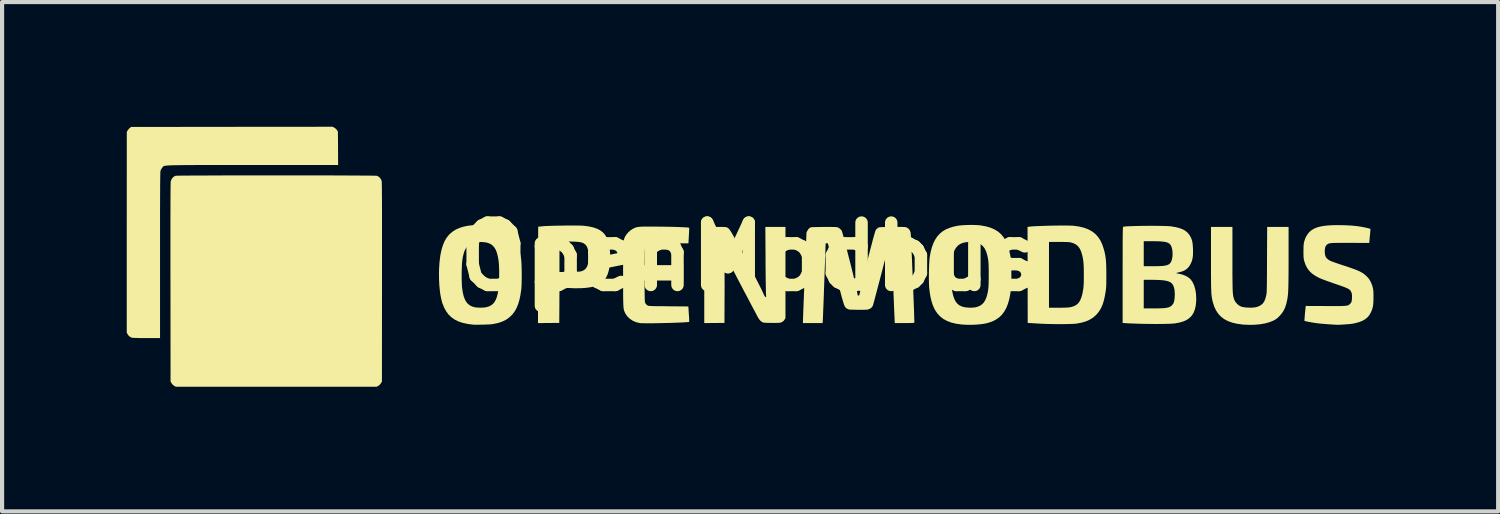
<source format=kicad_pcb>
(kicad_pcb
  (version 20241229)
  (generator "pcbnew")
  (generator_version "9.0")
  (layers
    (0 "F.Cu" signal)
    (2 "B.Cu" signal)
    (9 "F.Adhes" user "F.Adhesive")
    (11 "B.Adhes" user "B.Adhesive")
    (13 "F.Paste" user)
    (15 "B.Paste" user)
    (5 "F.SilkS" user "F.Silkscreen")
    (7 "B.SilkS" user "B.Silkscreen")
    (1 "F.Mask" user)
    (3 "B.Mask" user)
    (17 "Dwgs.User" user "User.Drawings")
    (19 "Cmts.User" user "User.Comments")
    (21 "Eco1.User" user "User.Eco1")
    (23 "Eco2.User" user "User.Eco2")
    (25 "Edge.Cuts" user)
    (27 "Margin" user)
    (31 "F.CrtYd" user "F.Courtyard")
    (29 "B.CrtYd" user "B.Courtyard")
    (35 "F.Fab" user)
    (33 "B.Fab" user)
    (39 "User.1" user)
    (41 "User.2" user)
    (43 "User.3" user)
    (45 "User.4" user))
  (footprint "OpenModbus"
    (layer "F.Cu")
    (at 15.002 3.128)
    (property "Reference" "OpenModbus" (at 0 0 0) (layer "F.SilkS") (effects (font (size 1.5 1.5) (thickness 0.3))))
    (attr board_only exclude_from_pos_files exclude_from_bom)
    (fp_poly (pts (xy -10.011 -3.108) (xy -9.978 -3.086) (xy -9.949 -3.055) (xy -9.947 -3.052) (xy -9.921 -3.014) (xy -9.918 -2.611) (xy -9.916 -2.207) (xy -11.975 -2.207) (xy -12.201 -2.207) (xy -12.41 -2.207) (xy -12.604 -2.207) (xy -12.782 -2.207) (xy -12.945 -2.207) (xy -13.095 -2.207) (xy -13.231 -2.207) (xy -13.354 -2.207) (xy -13.465 -2.206) (xy -13.565 -2.206) (xy -13.654 -2.205) (xy -13.733 -2.204) (xy -13.803 -2.203) (xy -13.863 -2.202) (xy -13.915 -2.201) (xy -13.96 -2.199) (xy -13.998 -2.197) (xy -14.03 -2.195) (xy -14.056 -2.192) (xy -14.076 -2.19) (xy -14.093 -2.186) (xy -14.106 -2.183) (xy -14.116 -2.179) (xy -14.123 -2.174) (xy -14.128 -2.17) (xy -14.133 -2.164) (xy -14.137 -2.159) (xy -14.141 -2.152) (xy -14.145 -2.146) (xy -14.149 -2.141) (xy -14.179 -2.098) (xy -14.192 -2.06) (xy -14.193 -2.048) (xy -14.194 -2.022) (xy -14.195 -1.982) (xy -14.196 -1.928) (xy -14.197 -1.859) (xy -14.198 -1.776) (xy -14.199 -1.678) (xy -14.199 -1.565) (xy -14.2 -1.437) (xy -14.2 -1.293) (xy -14.201 -1.134) (xy -14.201 -0.958) (xy -14.201 -0.766) (xy -14.201 -0.558) (xy -14.201 -0.333) (xy -14.201 -0.091) (xy -14.201 -0.03) (xy -14.201 1.957) (xy -14.531 1.957) (xy -14.622 1.956) (xy -14.701 1.956) (xy -14.768 1.954) (xy -14.821 1.953) (xy -14.859 1.95) (xy -14.881 1.948) (xy -14.886 1.947) (xy -14.932 1.922) (xy -14.969 1.885) (xy -14.984 1.86) (xy -15.002 1.823) (xy -15.002 -0.59) (xy -15.001 -3.003) (xy -14.982 -3.037) (xy -14.963 -3.063) (xy -14.938 -3.09) (xy -14.93 -3.097) (xy -14.897 -3.123) (xy -12.473 -3.126) (xy -10.049 -3.128)) (stroke (width 0) (type solid)) (fill yes) (layer "F.SilkS"))
    (fp_poly (pts (xy -4.172 -0.751) (xy -4.106 -0.75) (xy -4.051 -0.748) (xy -4.011 -0.746) (xy -4.001 -0.745) (xy -3.881 -0.729) (xy -3.776 -0.706) (xy -3.686 -0.675) (xy -3.608 -0.634) (xy -3.543 -0.584) (xy -3.49 -0.523) (xy -3.447 -0.45) (xy -3.415 -0.365) (xy -3.392 -0.267) (xy -3.377 -0.154) (xy -3.371 -0.065) (xy -3.371 0.076) (xy -3.38 0.202) (xy -3.399 0.315) (xy -3.427 0.413) (xy -3.466 0.498) (xy -3.515 0.569) (xy -3.573 0.625) (xy -3.598 0.643) (xy -3.649 0.673) (xy -3.7 0.696) (xy -3.756 0.715) (xy -3.823 0.73) (xy -3.854 0.735) (xy -3.964 0.75) (xy -4.086 0.757) (xy -4.221 0.758) (xy -4.369 0.752) (xy -4.528 0.739) (xy -4.59 0.733) (xy -4.592 1.163) (xy -4.595 1.592) (xy -4.851 1.594) (xy -5.107 1.596) (xy -5.105 0.437) (xy -5.104 0.001) (xy -4.59 0.001) (xy -4.59 0.367) (xy -4.343 0.364) (xy -4.268 0.363) (xy -4.208 0.361) (xy -4.16 0.36) (xy -4.124 0.358) (xy -4.096 0.355) (xy -4.074 0.352) (xy -4.057 0.347) (xy -4.05 0.345) (xy -3.998 0.321) (xy -3.957 0.284) (xy -3.925 0.235) (xy -3.903 0.173) (xy -3.89 0.098) (xy -3.886 0.008) (xy -3.888 -0.043) (xy -3.895 -0.125) (xy -3.91 -0.192) (xy -3.931 -0.246) (xy -3.96 -0.287) (xy -3.998 -0.317) (xy -4.017 -0.328) (xy -4.045 -0.339) (xy -4.076 -0.348) (xy -4.111 -0.354) (xy -4.153 -0.359) (xy -4.205 -0.363) (xy -4.269 -0.365) (xy -4.347 -0.366) (xy -4.382 -0.366) (xy -4.59 -0.366) (xy -4.59 0.001) (xy -5.104 0.001) (xy -5.102 -0.723) (xy -4.999 -0.733) (xy -4.959 -0.737) (xy -4.905 -0.74) (xy -4.839 -0.742) (xy -4.764 -0.745) (xy -4.682 -0.747) (xy -4.595 -0.748) (xy -4.506 -0.75) (xy -4.416 -0.751) (xy -4.329 -0.751) (xy -4.247 -0.751)) (stroke (width 0) (type solid)) (fill yes) (layer "F.SilkS"))
    (fp_poly (pts (xy -11.269 -1.958) (xy -11.092 -1.958) (xy -10.917 -1.958) (xy -10.744 -1.958) (xy -10.574 -1.957) (xy -10.408 -1.957) (xy -10.247 -1.957) (xy -10.091 -1.957) (xy -9.943 -1.956) (xy -9.802 -1.956) (xy -9.669 -1.955) (xy -9.545 -1.955) (xy -9.431 -1.954) (xy -9.328 -1.953) (xy -9.237 -1.953) (xy -9.158 -1.952) (xy -9.093 -1.951) (xy -9.042 -1.95) (xy -9.006 -1.949) (xy -8.987 -1.948) (xy -8.983 -1.948) (xy -8.944 -1.929) (xy -8.909 -1.898) (xy -8.882 -1.858) (xy -8.867 -1.818) (xy -8.866 -1.807) (xy -8.865 -1.785) (xy -8.865 -1.751) (xy -8.864 -1.705) (xy -8.863 -1.647) (xy -8.862 -1.576) (xy -8.862 -1.492) (xy -8.861 -1.394) (xy -8.861 -1.283) (xy -8.86 -1.158) (xy -8.86 -1.019) (xy -8.86 -0.864) (xy -8.86 -0.695) (xy -8.86 -0.511) (xy -8.86 -0.311) (xy -8.86 -0.095) (xy -8.86 0.137) (xy -8.86 0.386) (xy -8.86 0.616) (xy -8.862 3.004) (xy -8.888 3.046) (xy -8.922 3.087) (xy -8.952 3.108) (xy -8.99 3.128) (xy -11.405 3.128) (xy -13.82 3.128) (xy -13.858 3.108) (xy -13.898 3.077) (xy -13.922 3.046) (xy -13.948 3.004) (xy -13.95 0.616) (xy -13.951 0.358) (xy -13.951 0.117) (xy -13.951 -0.108) (xy -13.951 -0.317) (xy -13.951 -0.51) (xy -13.951 -0.688) (xy -13.951 -0.852) (xy -13.951 -1.001) (xy -13.95 -1.136) (xy -13.95 -1.257) (xy -13.95 -1.366) (xy -13.949 -1.461) (xy -13.949 -1.545) (xy -13.948 -1.616) (xy -13.947 -1.676) (xy -13.947 -1.725) (xy -13.946 -1.764) (xy -13.945 -1.792) (xy -13.944 -1.81) (xy -13.943 -1.818) (xy -13.926 -1.862) (xy -13.898 -1.901) (xy -13.863 -1.932) (xy -13.827 -1.948) (xy -13.815 -1.949) (xy -13.787 -1.95) (xy -13.743 -1.951) (xy -13.684 -1.952) (xy -13.612 -1.952) (xy -13.526 -1.953) (xy -13.429 -1.954) (xy -13.32 -1.954) (xy -13.201 -1.955) (xy -13.072 -1.955) (xy -12.935 -1.956) (xy -12.79 -1.956) (xy -12.637 -1.957) (xy -12.479 -1.957) (xy -12.315 -1.957) (xy -12.147 -1.958) (xy -11.975 -1.958) (xy -11.801 -1.958) (xy -11.624 -1.958) (xy -11.447 -1.958)) (stroke (width 0) (type solid)) (fill yes) (layer "F.SilkS"))
    (fp_poly (pts (xy 11.603 0.049) (xy 11.603 0.191) (xy 11.603 0.317) (xy 11.603 0.428) (xy 11.604 0.525) (xy 11.605 0.61) (xy 11.606 0.682) (xy 11.607 0.745) (xy 11.609 0.798) (xy 11.611 0.843) (xy 11.614 0.881) (xy 11.617 0.913) (xy 11.621 0.94) (xy 11.626 0.964) (xy 11.631 0.985) (xy 11.637 1.005) (xy 11.644 1.024) (xy 11.647 1.033) (xy 11.668 1.076) (xy 11.7 1.117) (xy 11.714 1.132) (xy 11.749 1.163) (xy 11.785 1.186) (xy 11.825 1.203) (xy 11.873 1.214) (xy 11.933 1.221) (xy 11.986 1.224) (xy 12.058 1.225) (xy 12.117 1.222) (xy 12.167 1.214) (xy 12.212 1.201) (xy 12.254 1.183) (xy 12.3 1.155) (xy 12.338 1.12) (xy 12.368 1.075) (xy 12.392 1.018) (xy 12.412 0.947) (xy 12.414 0.938) (xy 12.417 0.924) (xy 12.42 0.91) (xy 12.422 0.895) (xy 12.424 0.877) (xy 12.426 0.856) (xy 12.428 0.83) (xy 12.429 0.798) (xy 12.43 0.759) (xy 12.431 0.712) (xy 12.432 0.656) (xy 12.433 0.589) (xy 12.433 0.511) (xy 12.434 0.419) (xy 12.434 0.314) (xy 12.435 0.194) (xy 12.435 0.071) (xy 12.439 -0.718) (xy 12.696 -0.718) (xy 12.954 -0.718) (xy 12.954 0.012) (xy 12.954 0.157) (xy 12.954 0.286) (xy 12.953 0.401) (xy 12.952 0.501) (xy 12.951 0.59) (xy 12.95 0.667) (xy 12.948 0.734) (xy 12.946 0.793) (xy 12.944 0.844) (xy 12.941 0.888) (xy 12.937 0.927) (xy 12.933 0.963) (xy 12.928 0.995) (xy 12.923 1.026) (xy 12.919 1.047) (xy 12.896 1.143) (xy 12.869 1.225) (xy 12.835 1.296) (xy 12.793 1.36) (xy 12.742 1.42) (xy 12.729 1.434) (xy 12.691 1.47) (xy 12.657 1.497) (xy 12.62 1.52) (xy 12.583 1.539) (xy 12.494 1.575) (xy 12.392 1.603) (xy 12.279 1.623) (xy 12.158 1.635) (xy 12.029 1.639) (xy 11.896 1.634) (xy 11.842 1.63) (xy 11.712 1.612) (xy 11.597 1.585) (xy 11.495 1.548) (xy 11.406 1.501) (xy 11.329 1.443) (xy 11.264 1.374) (xy 11.21 1.294) (xy 11.166 1.2) (xy 11.132 1.095) (xy 11.126 1.07) (xy 11.119 1.042) (xy 11.114 1.015) (xy 11.109 0.987) (xy 11.104 0.959) (xy 11.101 0.927) (xy 11.097 0.892) (xy 11.095 0.851) (xy 11.093 0.805) (xy 11.091 0.75) (xy 11.089 0.687) (xy 11.088 0.615) (xy 11.088 0.531) (xy 11.087 0.435) (xy 11.087 0.325) (xy 11.087 0.201) (xy 11.087 0.06) (xy 11.087 0.048) (xy 11.087 -0.718) (xy 11.345 -0.718) (xy 11.603 -0.718)) (stroke (width 0) (type solid)) (fill yes) (layer "F.SilkS"))
    (fp_poly (pts (xy 7.625 -0.751) (xy 7.691 -0.749) (xy 7.746 -0.748) (xy 7.786 -0.745) (xy 7.787 -0.745) (xy 7.917 -0.726) (xy 8.032 -0.698) (xy 8.134 -0.66) (xy 8.224 -0.611) (xy 8.301 -0.551) (xy 8.368 -0.479) (xy 8.424 -0.395) (xy 8.47 -0.298) (xy 8.507 -0.187) (xy 8.518 -0.147) (xy 8.532 -0.089) (xy 8.543 -0.034) (xy 8.551 0.021) (xy 8.558 0.079) (xy 8.563 0.142) (xy 8.566 0.214) (xy 8.568 0.295) (xy 8.569 0.39) (xy 8.569 0.443) (xy 8.569 0.525) (xy 8.568 0.593) (xy 8.568 0.648) (xy 8.566 0.694) (xy 8.564 0.733) (xy 8.561 0.769) (xy 8.557 0.802) (xy 8.552 0.837) (xy 8.55 0.852) (xy 8.529 0.967) (xy 8.505 1.068) (xy 8.477 1.156) (xy 8.443 1.233) (xy 8.402 1.302) (xy 8.355 1.364) (xy 8.316 1.407) (xy 8.244 1.468) (xy 8.162 1.518) (xy 8.067 1.559) (xy 7.959 1.589) (xy 7.846 1.609) (xy 7.808 1.613) (xy 7.755 1.616) (xy 7.69 1.618) (xy 7.615 1.62) (xy 7.532 1.621) (xy 7.445 1.621) (xy 7.355 1.621) (xy 7.265 1.62) (xy 7.178 1.618) (xy 7.095 1.615) (xy 7.02 1.612) (xy 7.013 1.612) (xy 6.955 1.609) (xy 6.894 1.605) (xy 6.837 1.602) (xy 6.788 1.599) (xy 6.772 1.598) (xy 6.677 1.592) (xy 6.675 0.437) (xy 6.675 0.435) (xy 7.189 0.435) (xy 7.189 1.226) (xy 7.419 1.226) (xy 7.5 1.226) (xy 7.566 1.225) (xy 7.618 1.223) (xy 7.659 1.22) (xy 7.691 1.216) (xy 7.709 1.213) (xy 7.773 1.195) (xy 7.827 1.171) (xy 7.873 1.138) (xy 7.912 1.095) (xy 7.943 1.041) (xy 7.97 0.975) (xy 7.992 0.894) (xy 8.01 0.798) (xy 8.012 0.784) (xy 8.017 0.748) (xy 8.021 0.71) (xy 8.024 0.666) (xy 8.026 0.613) (xy 8.027 0.55) (xy 8.027 0.473) (xy 8.027 0.439) (xy 8.027 0.346) (xy 8.026 0.267) (xy 8.023 0.2) (xy 8.019 0.142) (xy 8.013 0.09) (xy 8.005 0.04) (xy 7.995 -0.009) (xy 7.985 -0.052) (xy 7.959 -0.135) (xy 7.926 -0.202) (xy 7.884 -0.256) (xy 7.833 -0.298) (xy 7.771 -0.328) (xy 7.697 -0.348) (xy 7.694 -0.349) (xy 7.674 -0.351) (xy 7.639 -0.353) (xy 7.593 -0.355) (xy 7.538 -0.356) (xy 7.478 -0.357) (xy 7.42 -0.357) (xy 7.189 -0.357) (xy 7.189 0.435) (xy 6.675 0.435) (xy 6.673 -0.718) (xy 6.701 -0.722) (xy 6.737 -0.726) (xy 6.788 -0.731) (xy 6.852 -0.735) (xy 6.926 -0.738) (xy 7.009 -0.741) (xy 7.097 -0.744) (xy 7.189 -0.747) (xy 7.282 -0.749) (xy 7.375 -0.75) (xy 7.464 -0.751) (xy 7.549 -0.751)) (stroke (width 0) (type solid)) (fill yes) (layer "F.SilkS"))
    (fp_poly (pts (xy -6.371 -0.762) (xy -6.28 -0.757) (xy -6.2 -0.747) (xy -6.125 -0.734) (xy -6.052 -0.715) (xy -6.007 -0.701) (xy -5.915 -0.664) (xy -5.834 -0.617) (xy -5.763 -0.559) (xy -5.701 -0.49) (xy -5.647 -0.408) (xy -5.602 -0.314) (xy -5.565 -0.205) (xy -5.536 -0.082) (xy -5.514 0.047) (xy -5.509 0.094) (xy -5.505 0.154) (xy -5.502 0.225) (xy -5.5 0.303) (xy -5.498 0.386) (xy -5.498 0.471) (xy -5.499 0.553) (xy -5.5 0.63) (xy -5.503 0.699) (xy -5.506 0.756) (xy -5.509 0.787) (xy -5.529 0.919) (xy -5.553 1.035) (xy -5.583 1.137) (xy -5.619 1.227) (xy -5.662 1.306) (xy -5.712 1.374) (xy -5.736 1.402) (xy -5.803 1.464) (xy -5.876 1.516) (xy -5.96 1.557) (xy -6.054 1.59) (xy -6.162 1.614) (xy -6.208 1.622) (xy -6.237 1.625) (xy -6.28 1.628) (xy -6.332 1.63) (xy -6.391 1.633) (xy -6.453 1.634) (xy -6.514 1.635) (xy -6.57 1.636) (xy -6.617 1.636) (xy -6.653 1.635) (xy -6.664 1.634) (xy -6.796 1.617) (xy -6.914 1.592) (xy -7.018 1.557) (xy -7.109 1.513) (xy -7.188 1.458) (xy -7.257 1.393) (xy -7.315 1.315) (xy -7.364 1.226) (xy -7.405 1.123) (xy -7.411 1.106) (xy -7.435 1.014) (xy -7.456 0.908) (xy -7.471 0.791) (xy -7.482 0.666) (xy -7.488 0.536) (xy -7.489 0.424) (xy -6.943 0.424) (xy -6.943 0.505) (xy -6.942 0.583) (xy -6.939 0.654) (xy -6.936 0.714) (xy -6.932 0.757) (xy -6.916 0.861) (xy -6.895 0.949) (xy -6.868 1.023) (xy -6.835 1.083) (xy -6.796 1.132) (xy -6.748 1.169) (xy -6.692 1.197) (xy -6.64 1.213) (xy -6.597 1.22) (xy -6.543 1.224) (xy -6.484 1.225) (xy -6.426 1.223) (xy -6.374 1.218) (xy -6.346 1.213) (xy -6.284 1.194) (xy -6.231 1.166) (xy -6.186 1.13) (xy -6.149 1.083) (xy -6.117 1.024) (xy -6.092 0.952) (xy -6.071 0.866) (xy -6.056 0.779) (xy -6.05 0.729) (xy -6.046 0.666) (xy -6.043 0.593) (xy -6.041 0.512) (xy -6.041 0.429) (xy -6.041 0.346) (xy -6.043 0.266) (xy -6.046 0.194) (xy -6.051 0.132) (xy -6.056 0.087) (xy -6.073 -0.01) (xy -6.094 -0.091) (xy -6.119 -0.158) (xy -6.149 -0.212) (xy -6.184 -0.256) (xy -6.213 -0.282) (xy -6.256 -0.31) (xy -6.303 -0.33) (xy -6.356 -0.344) (xy -6.421 -0.352) (xy -6.462 -0.355) (xy -6.558 -0.354) (xy -6.642 -0.341) (xy -6.713 -0.318) (xy -6.772 -0.283) (xy -6.813 -0.243) (xy -6.847 -0.194) (xy -6.875 -0.138) (xy -6.897 -0.071) (xy -6.916 0.008) (xy -6.928 0.085) (xy -6.933 0.132) (xy -6.937 0.193) (xy -6.94 0.265) (xy -6.942 0.343) (xy -6.943 0.424) (xy -7.489 0.424) (xy -7.49 0.403) (xy -7.486 0.27) (xy -7.477 0.14) (xy -7.463 0.016) (xy -7.455 -0.038) (xy -7.429 -0.165) (xy -7.395 -0.277) (xy -7.354 -0.376) (xy -7.303 -0.461) (xy -7.244 -0.534) (xy -7.174 -0.596) (xy -7.095 -0.648) (xy -7.055 -0.668) (xy -6.979 -0.699) (xy -6.897 -0.724) (xy -6.808 -0.743) (xy -6.71 -0.756) (xy -6.599 -0.763) (xy -6.475 -0.764)) (stroke (width 0) (type solid)) (fill yes) (layer "F.SilkS"))
    (fp_poly (pts (xy -2.335 -0.726) (xy -2.233 -0.725) (xy -2.177 -0.724) (xy -2.059 -0.723) (xy -1.949 -0.721) (xy -1.847 -0.719) (xy -1.755 -0.716) (xy -1.674 -0.713) (xy -1.605 -0.71) (xy -1.548 -0.707) (xy -1.506 -0.704) (xy -1.479 -0.7) (xy -1.468 -0.696) (xy -1.468 -0.687) (xy -1.468 -0.664) (xy -1.47 -0.628) (xy -1.472 -0.582) (xy -1.475 -0.53) (xy -1.476 -0.508) (xy -1.487 -0.323) (xy -1.965 -0.321) (xy -2.444 -0.318) (xy -2.476 -0.298) (xy -2.494 -0.286) (xy -2.508 -0.274) (xy -2.519 -0.26) (xy -2.527 -0.241) (xy -2.532 -0.215) (xy -2.536 -0.181) (xy -2.539 -0.136) (xy -2.54 -0.077) (xy -2.541 -0.011) (xy -2.544 0.202) (xy -2.078 0.202) (xy -1.613 0.202) (xy -1.613 0.387) (xy -1.613 0.572) (xy -2.078 0.572) (xy -2.544 0.572) (xy -2.541 0.832) (xy -2.54 0.907) (xy -2.539 0.966) (xy -2.538 1.012) (xy -2.537 1.046) (xy -2.535 1.072) (xy -2.532 1.091) (xy -2.529 1.104) (xy -2.525 1.114) (xy -2.521 1.123) (xy -2.501 1.148) (xy -2.476 1.168) (xy -2.473 1.17) (xy -2.466 1.174) (xy -2.459 1.177) (xy -2.448 1.18) (xy -2.434 1.182) (xy -2.414 1.184) (xy -2.388 1.185) (xy -2.354 1.187) (xy -2.31 1.188) (xy -2.256 1.189) (xy -2.189 1.19) (xy -2.108 1.19) (xy -2.012 1.191) (xy -1.966 1.192) (xy -1.489 1.196) (xy -1.477 1.379) (xy -1.473 1.433) (xy -1.47 1.481) (xy -1.469 1.521) (xy -1.468 1.549) (xy -1.468 1.564) (xy -1.468 1.566) (xy -1.48 1.569) (xy -1.507 1.572) (xy -1.547 1.575) (xy -1.6 1.579) (xy -1.663 1.582) (xy -1.735 1.585) (xy -1.813 1.588) (xy -1.897 1.591) (xy -1.984 1.593) (xy -2.072 1.595) (xy -2.161 1.597) (xy -2.247 1.599) (xy -2.331 1.6) (xy -2.408 1.601) (xy -2.479 1.601) (xy -2.542 1.6) (xy -2.593 1.599) (xy -2.633 1.598) (xy -2.659 1.596) (xy -2.659 1.595) (xy -2.744 1.575) (xy -2.823 1.541) (xy -2.894 1.495) (xy -2.953 1.439) (xy -3.001 1.373) (xy -3.017 1.34) (xy -3.024 1.324) (xy -3.03 1.309) (xy -3.036 1.293) (xy -3.04 1.276) (xy -3.044 1.255) (xy -3.048 1.23) (xy -3.05 1.2) (xy -3.053 1.164) (xy -3.054 1.12) (xy -3.056 1.068) (xy -3.057 1.005) (xy -3.058 0.932) (xy -3.058 0.847) (xy -3.058 0.748) (xy -3.058 0.636) (xy -3.059 0.507) (xy -3.059 0.435) (xy -3.059 0.297) (xy -3.058 0.176) (xy -3.058 0.07) (xy -3.058 -0.022) (xy -3.057 -0.102) (xy -3.056 -0.17) (xy -3.055 -0.228) (xy -3.053 -0.277) (xy -3.051 -0.317) (xy -3.048 -0.351) (xy -3.045 -0.379) (xy -3.041 -0.402) (xy -3.036 -0.421) (xy -3.031 -0.439) (xy -3.025 -0.455) (xy -3.017 -0.47) (xy -3.011 -0.485) (xy -2.979 -0.536) (xy -2.935 -0.587) (xy -2.885 -0.632) (xy -2.832 -0.667) (xy -2.828 -0.67) (xy -2.804 -0.682) (xy -2.783 -0.692) (xy -2.762 -0.701) (xy -2.739 -0.708) (xy -2.714 -0.714) (xy -2.685 -0.718) (xy -2.65 -0.722) (xy -2.608 -0.724) (xy -2.556 -0.726) (xy -2.495 -0.726) (xy -2.422 -0.726)) (stroke (width 0) (type solid)) (fill yes) (layer "F.SilkS"))
    (fp_poly (pts (xy 5.359 -0.765) (xy 5.436 -0.763) (xy 5.504 -0.759) (xy 5.545 -0.754) (xy 5.668 -0.732) (xy 5.777 -0.701) (xy 5.873 -0.66) (xy 5.958 -0.609) (xy 6.031 -0.547) (xy 6.094 -0.473) (xy 6.147 -0.386) (xy 6.192 -0.287) (xy 6.227 -0.173) (xy 6.255 -0.044) (xy 6.265 0.013) (xy 6.27 0.056) (xy 6.274 0.113) (xy 6.278 0.181) (xy 6.281 0.257) (xy 6.283 0.338) (xy 6.284 0.42) (xy 6.284 0.502) (xy 6.284 0.579) (xy 6.282 0.648) (xy 6.279 0.707) (xy 6.277 0.738) (xy 6.26 0.884) (xy 6.235 1.014) (xy 6.202 1.13) (xy 6.162 1.232) (xy 6.112 1.321) (xy 6.054 1.398) (xy 5.986 1.462) (xy 5.907 1.516) (xy 5.819 1.559) (xy 5.719 1.592) (xy 5.649 1.608) (xy 5.57 1.621) (xy 5.479 1.63) (xy 5.38 1.636) (xy 5.28 1.638) (xy 5.182 1.636) (xy 5.091 1.63) (xy 5.081 1.629) (xy 4.952 1.611) (xy 4.838 1.583) (xy 4.737 1.545) (xy 4.648 1.497) (xy 4.571 1.437) (xy 4.505 1.367) (xy 4.449 1.285) (xy 4.43 1.249) (xy 4.393 1.165) (xy 4.362 1.07) (xy 4.337 0.963) (xy 4.318 0.843) (xy 4.306 0.738) (xy 4.303 0.688) (xy 4.301 0.624) (xy 4.299 0.552) (xy 4.299 0.473) (xy 4.299 0.439) (xy 4.844 0.439) (xy 4.844 0.523) (xy 4.845 0.593) (xy 4.846 0.65) (xy 4.847 0.697) (xy 4.849 0.736) (xy 4.852 0.769) (xy 4.856 0.799) (xy 4.86 0.824) (xy 4.88 0.922) (xy 4.906 1.004) (xy 4.939 1.071) (xy 4.98 1.125) (xy 5.03 1.167) (xy 5.09 1.196) (xy 5.161 1.215) (xy 5.243 1.224) (xy 5.288 1.226) (xy 5.353 1.224) (xy 5.407 1.219) (xy 5.438 1.213) (xy 5.508 1.189) (xy 5.565 1.155) (xy 5.613 1.11) (xy 5.651 1.053) (xy 5.682 0.982) (xy 5.7 0.922) (xy 5.711 0.878) (xy 5.719 0.835) (xy 5.726 0.792) (xy 5.731 0.745) (xy 5.735 0.692) (xy 5.737 0.631) (xy 5.738 0.558) (xy 5.739 0.472) (xy 5.739 0.435) (xy 5.739 0.342) (xy 5.738 0.265) (xy 5.736 0.199) (xy 5.733 0.143) (xy 5.728 0.095) (xy 5.722 0.05) (xy 5.714 0.008) (xy 5.704 -0.036) (xy 5.7 -0.053) (xy 5.673 -0.136) (xy 5.638 -0.205) (xy 5.594 -0.26) (xy 5.541 -0.302) (xy 5.476 -0.331) (xy 5.399 -0.35) (xy 5.31 -0.357) (xy 5.292 -0.357) (xy 5.199 -0.351) (xy 5.119 -0.335) (xy 5.052 -0.307) (xy 4.995 -0.267) (xy 4.949 -0.213) (xy 4.912 -0.147) (xy 4.884 -0.066) (xy 4.884 -0.064) (xy 4.874 -0.024) (xy 4.865 0.015) (xy 4.859 0.055) (xy 4.853 0.098) (xy 4.85 0.146) (xy 4.847 0.202) (xy 4.845 0.268) (xy 4.844 0.346) (xy 4.844 0.439) (xy 4.299 0.439) (xy 4.3 0.391) (xy 4.301 0.308) (xy 4.304 0.229) (xy 4.307 0.155) (xy 4.311 0.091) (xy 4.315 0.039) (xy 4.319 0.013) (xy 4.342 -0.116) (xy 4.372 -0.229) (xy 4.408 -0.328) (xy 4.452 -0.415) (xy 4.503 -0.491) (xy 4.563 -0.556) (xy 4.571 -0.564) (xy 4.636 -0.616) (xy 4.711 -0.66) (xy 4.796 -0.695) (xy 4.893 -0.725) (xy 4.991 -0.745) (xy 5.048 -0.753) (xy 5.117 -0.759) (xy 5.195 -0.763) (xy 5.277 -0.765)) (stroke (width 0) (type solid)) (fill yes) (layer "F.SilkS"))
    (fp_poly (pts (xy 0.848 0.377) (xy 0.848 1.473) (xy 0.828 1.511) (xy 0.805 1.542) (xy 0.774 1.565) (xy 0.765 1.57) (xy 0.751 1.577) (xy 0.737 1.583) (xy 0.722 1.586) (xy 0.702 1.589) (xy 0.676 1.591) (xy 0.639 1.591) (xy 0.59 1.592) (xy 0.538 1.592) (xy 0.481 1.591) (xy 0.428 1.591) (xy 0.382 1.589) (xy 0.346 1.587) (xy 0.324 1.585) (xy 0.32 1.585) (xy 0.285 1.57) (xy 0.248 1.542) (xy 0.214 1.503) (xy 0.195 1.473) (xy 0.183 1.452) (xy 0.164 1.417) (xy 0.14 1.371) (xy 0.11 1.314) (xy 0.075 1.249) (xy 0.036 1.176) (xy -0.006 1.096) (xy -0.05 1.012) (xy -0.096 0.924) (xy -0.144 0.835) (xy -0.191 0.744) (xy -0.238 0.655) (xy -0.284 0.568) (xy -0.327 0.485) (xy -0.368 0.406) (xy -0.406 0.334) (xy -0.439 0.27) (xy -0.467 0.216) (xy -0.49 0.171) (xy -0.506 0.14) (xy -0.516 0.121) (xy -0.517 0.119) (xy -0.532 0.084) (xy -0.55 0.039) (xy -0.568 -0.008) (xy -0.577 -0.034) (xy -0.592 -0.075) (xy -0.603 -0.101) (xy -0.612 -0.117) (xy -0.621 -0.124) (xy -0.626 -0.125) (xy -0.637 -0.123) (xy -0.64 -0.113) (xy -0.638 -0.092) (xy -0.634 -0.058) (xy -0.63 -0.016) (xy -0.626 0.034) (xy -0.624 0.094) (xy -0.621 0.164) (xy -0.619 0.245) (xy -0.618 0.338) (xy -0.617 0.444) (xy -0.617 0.564) (xy -0.616 0.7) (xy -0.617 0.851) (xy -0.617 0.908) (xy -0.62 1.592) (xy -0.863 1.594) (xy -1.106 1.596) (xy -1.106 0.503) (xy -1.106 0.342) (xy -1.106 0.197) (xy -1.105 0.067) (xy -1.105 -0.048) (xy -1.105 -0.149) (xy -1.105 -0.238) (xy -1.104 -0.315) (xy -1.104 -0.381) (xy -1.103 -0.436) (xy -1.102 -0.482) (xy -1.101 -0.52) (xy -1.1 -0.551) (xy -1.099 -0.575) (xy -1.098 -0.593) (xy -1.096 -0.606) (xy -1.094 -0.615) (xy -1.092 -0.621) (xy -1.092 -0.622) (xy -1.073 -0.659) (xy -1.047 -0.685) (xy -1.015 -0.702) (xy -1.002 -0.707) (xy -0.987 -0.711) (xy -0.967 -0.714) (xy -0.939 -0.716) (xy -0.902 -0.717) (xy -0.853 -0.718) (xy -0.79 -0.718) (xy -0.785 -0.718) (xy -0.714 -0.718) (xy -0.659 -0.717) (xy -0.618 -0.715) (xy -0.588 -0.713) (xy -0.568 -0.709) (xy -0.561 -0.707) (xy -0.549 -0.701) (xy -0.537 -0.694) (xy -0.526 -0.685) (xy -0.513 -0.672) (xy -0.499 -0.655) (xy -0.483 -0.633) (xy -0.464 -0.605) (xy -0.443 -0.569) (xy -0.418 -0.526) (xy -0.388 -0.473) (xy -0.354 -0.411) (xy -0.315 -0.338) (xy -0.269 -0.253) (xy -0.218 -0.156) (xy -0.159 -0.045) (xy -0.11 0.048) (xy -0.056 0.151) (xy -0.004 0.251) (xy 0.047 0.348) (xy 0.095 0.441) (xy 0.14 0.528) (xy 0.18 0.607) (xy 0.216 0.678) (xy 0.246 0.738) (xy 0.271 0.787) (xy 0.288 0.823) (xy 0.294 0.837) (xy 0.316 0.886) (xy 0.334 0.922) (xy 0.346 0.946) (xy 0.357 0.96) (xy 0.365 0.967) (xy 0.37 0.968) (xy 0.38 0.967) (xy 0.384 0.961) (xy 0.384 0.946) (xy 0.381 0.919) (xy 0.38 0.914) (xy 0.379 0.898) (xy 0.378 0.865) (xy 0.377 0.819) (xy 0.376 0.758) (xy 0.375 0.686) (xy 0.373 0.604) (xy 0.372 0.511) (xy 0.371 0.411) (xy 0.37 0.305) (xy 0.369 0.192) (xy 0.369 0.076) (xy 0.369 0.071) (xy 0.364 -0.718) (xy 0.606 -0.718) (xy 0.848 -0.718)) (stroke (width 0) (type solid)) (fill yes) (layer "F.SilkS"))
    (fp_poly (pts (xy 9.74 -0.744) (xy 9.825 -0.743) (xy 9.904 -0.742) (xy 9.975 -0.74) (xy 10.036 -0.738) (xy 10.087 -0.735) (xy 10.123 -0.732) (xy 10.125 -0.731) (xy 10.232 -0.714) (xy 10.324 -0.691) (xy 10.402 -0.662) (xy 10.467 -0.626) (xy 10.521 -0.582) (xy 10.564 -0.531) (xy 10.59 -0.489) (xy 10.611 -0.446) (xy 10.626 -0.406) (xy 10.637 -0.365) (xy 10.645 -0.318) (xy 10.65 -0.262) (xy 10.654 -0.193) (xy 10.654 -0.185) (xy 10.655 -0.103) (xy 10.653 -0.034) (xy 10.646 0.025) (xy 10.634 0.078) (xy 10.617 0.129) (xy 10.596 0.174) (xy 10.558 0.237) (xy 10.512 0.287) (xy 10.456 0.326) (xy 10.388 0.355) (xy 10.322 0.372) (xy 10.29 0.38) (xy 10.266 0.386) (xy 10.253 0.391) (xy 10.252 0.393) (xy 10.26 0.397) (xy 10.28 0.402) (xy 10.309 0.408) (xy 10.31 0.408) (xy 10.396 0.428) (xy 10.472 0.457) (xy 10.538 0.494) (xy 10.59 0.537) (xy 10.604 0.552) (xy 10.648 0.617) (xy 10.683 0.695) (xy 10.709 0.785) (xy 10.726 0.885) (xy 10.732 0.992) (xy 10.731 1.067) (xy 10.721 1.173) (xy 10.7 1.266) (xy 10.669 1.346) (xy 10.626 1.415) (xy 10.571 1.472) (xy 10.504 1.519) (xy 10.422 1.556) (xy 10.327 1.584) (xy 10.218 1.604) (xy 10.213 1.604) (xy 10.17 1.608) (xy 10.112 1.612) (xy 10.041 1.614) (xy 9.958 1.616) (xy 9.867 1.617) (xy 9.768 1.618) (xy 9.663 1.617) (xy 9.556 1.616) (xy 9.448 1.614) (xy 9.375 1.612) (xy 9.302 1.61) (xy 9.233 1.607) (xy 9.169 1.605) (xy 9.116 1.603) (xy 9.076 1.601) (xy 9.071 1.6) (xy 8.961 1.594) (xy 8.961 0.899) (xy 9.469 0.899) (xy 9.469 1.243) (xy 9.695 1.243) (xy 9.759 1.243) (xy 9.821 1.242) (xy 9.878 1.24) (xy 9.926 1.238) (xy 9.963 1.236) (xy 9.981 1.234) (xy 10.034 1.225) (xy 10.074 1.215) (xy 10.105 1.201) (xy 10.132 1.183) (xy 10.145 1.17) (xy 10.177 1.132) (xy 10.196 1.088) (xy 10.206 1.039) (xy 10.213 0.978) (xy 10.216 0.913) (xy 10.214 0.849) (xy 10.21 0.804) (xy 10.2 0.752) (xy 10.186 0.707) (xy 10.167 0.67) (xy 10.142 0.639) (xy 10.109 0.613) (xy 10.067 0.594) (xy 10.014 0.579) (xy 9.95 0.568) (xy 9.873 0.561) (xy 9.782 0.557) (xy 9.675 0.555) (xy 9.652 0.555) (xy 9.469 0.555) (xy 9.469 0.899) (xy 8.961 0.899) (xy 8.961 0.438) (xy 8.961 0.274) (xy 8.961 0.125) (xy 8.962 -0.007) (xy 8.962 -0.073) (xy 9.469 -0.073) (xy 9.469 0.228) (xy 9.686 0.228) (xy 9.779 0.227) (xy 9.855 0.225) (xy 9.915 0.222) (xy 9.959 0.217) (xy 9.969 0.216) (xy 10.02 0.205) (xy 10.058 0.191) (xy 10.087 0.173) (xy 10.109 0.15) (xy 10.132 0.112) (xy 10.148 0.062) (xy 10.159 0.003) (xy 10.163 -0.06) (xy 10.161 -0.124) (xy 10.152 -0.185) (xy 10.137 -0.239) (xy 10.125 -0.266) (xy 10.108 -0.292) (xy 10.087 -0.314) (xy 10.06 -0.332) (xy 10.026 -0.346) (xy 9.983 -0.357) (xy 9.93 -0.364) (xy 9.864 -0.37) (xy 9.785 -0.373) (xy 9.691 -0.374) (xy 9.661 -0.374) (xy 9.469 -0.374) (xy 9.469 -0.073) (xy 8.962 -0.073) (xy 8.962 -0.125) (xy 8.962 -0.23) (xy 8.962 -0.321) (xy 8.962 -0.4) (xy 8.963 -0.468) (xy 8.963 -0.526) (xy 8.964 -0.574) (xy 8.965 -0.614) (xy 8.966 -0.646) (xy 8.967 -0.67) (xy 8.968 -0.689) (xy 8.969 -0.703) (xy 8.971 -0.712) (xy 8.972 -0.718) (xy 8.974 -0.721) (xy 8.976 -0.722) (xy 8.998 -0.726) (xy 9.035 -0.729) (xy 9.085 -0.733) (xy 9.147 -0.735) (xy 9.219 -0.738) (xy 9.298 -0.74) (xy 9.382 -0.742) (xy 9.471 -0.743) (xy 9.561 -0.744) (xy 9.652 -0.744)) (stroke (width 0) (type solid)) (fill yes) (layer "F.SilkS"))
    (fp_poly (pts (xy 14.327 -0.758) (xy 14.483 -0.749) (xy 14.626 -0.734) (xy 14.756 -0.712) (xy 14.83 -0.696) (xy 14.867 -0.687) (xy 14.897 -0.679) (xy 14.917 -0.673) (xy 14.923 -0.671) (xy 14.923 -0.662) (xy 14.922 -0.638) (xy 14.919 -0.603) (xy 14.916 -0.558) (xy 14.911 -0.507) (xy 14.91 -0.5) (xy 14.895 -0.332) (xy 14.438 -0.334) (xy 14.333 -0.334) (xy 14.243 -0.334) (xy 14.167 -0.334) (xy 14.104 -0.333) (xy 14.052 -0.332) (xy 14.011 -0.331) (xy 13.978 -0.328) (xy 13.952 -0.325) (xy 13.931 -0.32) (xy 13.915 -0.315) (xy 13.901 -0.308) (xy 13.888 -0.3) (xy 13.877 -0.291) (xy 13.85 -0.261) (xy 13.833 -0.217) (xy 13.825 -0.16) (xy 13.825 -0.103) (xy 13.832 -0.046) (xy 13.846 -0.001) (xy 13.871 0.036) (xy 13.907 0.068) (xy 13.958 0.098) (xy 13.965 0.101) (xy 13.983 0.109) (xy 14.016 0.121) (xy 14.06 0.137) (xy 14.114 0.156) (xy 14.175 0.177) (xy 14.242 0.199) (xy 14.291 0.215) (xy 14.391 0.248) (xy 14.477 0.278) (xy 14.55 0.304) (xy 14.611 0.329) (xy 14.663 0.352) (xy 14.707 0.375) (xy 14.745 0.398) (xy 14.778 0.422) (xy 14.809 0.449) (xy 14.831 0.469) (xy 14.866 0.506) (xy 14.893 0.54) (xy 14.915 0.575) (xy 14.931 0.607) (xy 14.953 0.656) (xy 14.969 0.701) (xy 14.981 0.745) (xy 14.99 0.792) (xy 14.995 0.847) (xy 14.997 0.912) (xy 14.997 0.972) (xy 14.996 1.052) (xy 14.993 1.119) (xy 14.987 1.175) (xy 14.977 1.224) (xy 14.963 1.271) (xy 14.944 1.318) (xy 14.933 1.342) (xy 14.897 1.405) (xy 14.852 1.458) (xy 14.798 1.503) (xy 14.732 1.541) (xy 14.653 1.572) (xy 14.559 1.598) (xy 14.481 1.613) (xy 14.459 1.616) (xy 14.424 1.62) (xy 14.38 1.623) (xy 14.331 1.627) (xy 14.279 1.63) (xy 14.229 1.634) (xy 14.184 1.636) (xy 14.147 1.637) (xy 14.122 1.638) (xy 14.115 1.637) (xy 14.1 1.636) (xy 14.074 1.634) (xy 14.059 1.634) (xy 13.955 1.627) (xy 13.866 1.621) (xy 13.79 1.615) (xy 13.725 1.609) (xy 13.668 1.603) (xy 13.617 1.596) (xy 13.608 1.595) (xy 13.554 1.587) (xy 13.501 1.578) (xy 13.451 1.569) (xy 13.406 1.56) (xy 13.371 1.552) (xy 13.346 1.546) (xy 13.336 1.543) (xy 13.336 1.534) (xy 13.337 1.51) (xy 13.339 1.476) (xy 13.343 1.435) (xy 13.346 1.389) (xy 13.35 1.341) (xy 13.355 1.296) (xy 13.359 1.256) (xy 13.363 1.223) (xy 13.363 1.22) (xy 13.368 1.184) (xy 13.847 1.186) (xy 13.955 1.186) (xy 14.048 1.186) (xy 14.126 1.186) (xy 14.191 1.186) (xy 14.245 1.185) (xy 14.288 1.183) (xy 14.323 1.18) (xy 14.35 1.177) (xy 14.371 1.173) (xy 14.388 1.167) (xy 14.401 1.161) (xy 14.413 1.153) (xy 14.424 1.144) (xy 14.429 1.139) (xy 14.452 1.115) (xy 14.467 1.086) (xy 14.476 1.048) (xy 14.48 0.999) (xy 14.481 0.968) (xy 14.48 0.926) (xy 14.477 0.896) (xy 14.471 0.872) (xy 14.462 0.849) (xy 14.459 0.843) (xy 14.449 0.825) (xy 14.437 0.808) (xy 14.422 0.793) (xy 14.403 0.779) (xy 14.377 0.764) (xy 14.343 0.749) (xy 14.3 0.731) (xy 14.245 0.711) (xy 14.178 0.687) (xy 14.097 0.659) (xy 14.072 0.651) (xy 14.001 0.626) (xy 13.93 0.601) (xy 13.863 0.577) (xy 13.803 0.555) (xy 13.752 0.535) (xy 13.713 0.519) (xy 13.695 0.511) (xy 13.601 0.461) (xy 13.522 0.407) (xy 13.458 0.347) (xy 13.406 0.279) (xy 13.365 0.202) (xy 13.334 0.113) (xy 13.331 0.103) (xy 13.324 0.077) (xy 13.319 0.051) (xy 13.316 0.023) (xy 13.314 -0.01) (xy 13.313 -0.053) (xy 13.312 -0.108) (xy 13.312 -0.133) (xy 13.313 -0.195) (xy 13.314 -0.243) (xy 13.316 -0.28) (xy 13.319 -0.311) (xy 13.323 -0.337) (xy 13.33 -0.364) (xy 13.331 -0.367) (xy 13.356 -0.444) (xy 13.388 -0.508) (xy 13.428 -0.565) (xy 13.446 -0.586) (xy 13.491 -0.627) (xy 13.542 -0.662) (xy 13.601 -0.691) (xy 13.67 -0.715) (xy 13.749 -0.733) (xy 13.84 -0.747) (xy 13.944 -0.756) (xy 14.063 -0.761) (xy 14.156 -0.761)) (stroke (width 0) (type solid)) (fill yes) (layer "F.SilkS"))
    (fp_poly (pts (xy 3.62 -0.718) (xy 3.661 -0.717) (xy 3.693 -0.716) (xy 3.717 -0.715) (xy 3.735 -0.713) (xy 3.749 -0.71) (xy 3.76 -0.706) (xy 3.767 -0.703) (xy 3.81 -0.675) (xy 3.84 -0.635) (xy 3.859 -0.584) (xy 3.86 -0.58) (xy 3.861 -0.566) (xy 3.863 -0.536) (xy 3.866 -0.492) (xy 3.869 -0.435) (xy 3.872 -0.366) (xy 3.876 -0.287) (xy 3.88 -0.198) (xy 3.884 -0.101) (xy 3.889 0.002) (xy 3.894 0.112) (xy 3.898 0.225) (xy 3.903 0.341) (xy 3.908 0.459) (xy 3.913 0.578) (xy 3.918 0.695) (xy 3.923 0.811) (xy 3.927 0.924) (xy 3.931 1.031) (xy 3.935 1.133) (xy 3.939 1.228) (xy 3.942 1.315) (xy 3.944 1.392) (xy 3.946 1.458) (xy 3.948 1.512) (xy 3.949 1.552) (xy 3.949 1.578) (xy 3.949 1.588) (xy 3.949 1.588) (xy 3.939 1.59) (xy 3.915 1.592) (xy 3.878 1.594) (xy 3.83 1.595) (xy 3.775 1.596) (xy 3.713 1.596) (xy 3.713 1.596) (xy 3.481 1.596) (xy 3.477 1.568) (xy 3.476 1.557) (xy 3.475 1.529) (xy 3.473 1.488) (xy 3.471 1.433) (xy 3.468 1.366) (xy 3.464 1.29) (xy 3.461 1.204) (xy 3.457 1.111) (xy 3.453 1.011) (xy 3.449 0.907) (xy 3.444 0.799) (xy 3.44 0.689) (xy 3.436 0.579) (xy 3.431 0.469) (xy 3.427 0.361) (xy 3.423 0.257) (xy 3.419 0.157) (xy 3.416 0.064) (xy 3.412 -0.022) (xy 3.409 -0.098) (xy 3.407 -0.165) (xy 3.405 -0.22) (xy 3.404 -0.261) (xy 3.403 -0.289) (xy 3.403 -0.299) (xy 3.401 -0.315) (xy 3.392 -0.321) (xy 3.373 -0.323) (xy 3.353 -0.322) (xy 3.343 -0.32) (xy 3.343 -0.319) (xy 3.341 -0.309) (xy 3.334 -0.283) (xy 3.325 -0.244) (xy 3.312 -0.193) (xy 3.296 -0.13) (xy 3.277 -0.058) (xy 3.257 0.021) (xy 3.234 0.107) (xy 3.21 0.198) (xy 3.186 0.293) (xy 3.161 0.389) (xy 3.135 0.487) (xy 3.11 0.583) (xy 3.085 0.677) (xy 3.061 0.768) (xy 3.039 0.853) (xy 3.018 0.931) (xy 2.999 1.002) (xy 2.983 1.063) (xy 2.969 1.112) (xy 2.959 1.15) (xy 2.952 1.173) (xy 2.95 1.181) (xy 2.924 1.218) (xy 2.886 1.248) (xy 2.841 1.267) (xy 2.831 1.27) (xy 2.805 1.273) (xy 2.764 1.275) (xy 2.708 1.277) (xy 2.639 1.277) (xy 2.581 1.276) (xy 2.516 1.275) (xy 2.466 1.274) (xy 2.428 1.273) (xy 2.4 1.271) (xy 2.38 1.269) (xy 2.365 1.265) (xy 2.352 1.26) (xy 2.34 1.254) (xy 2.336 1.252) (xy 2.324 1.245) (xy 2.313 1.238) (xy 2.303 1.231) (xy 2.294 1.222) (xy 2.285 1.21) (xy 2.275 1.194) (xy 2.266 1.172) (xy 2.255 1.145) (xy 2.244 1.111) (xy 2.231 1.069) (xy 2.216 1.018) (xy 2.199 0.957) (xy 2.18 0.884) (xy 2.158 0.8) (xy 2.132 0.702) (xy 2.103 0.59) (xy 2.07 0.462) (xy 2.059 0.419) (xy 1.868 -0.323) (xy 1.841 -0.323) (xy 1.815 -0.323) (xy 1.783 0.587) (xy 1.778 0.712) (xy 1.774 0.833) (xy 1.77 0.948) (xy 1.766 1.057) (xy 1.762 1.158) (xy 1.758 1.25) (xy 1.755 1.332) (xy 1.752 1.402) (xy 1.75 1.46) (xy 1.748 1.505) (xy 1.746 1.534) (xy 1.746 1.547) (xy 1.741 1.596) (xy 1.505 1.596) (xy 1.269 1.596) (xy 1.269 1.534) (xy 1.27 1.517) (xy 1.271 1.485) (xy 1.272 1.437) (xy 1.275 1.376) (xy 1.277 1.302) (xy 1.281 1.216) (xy 1.284 1.121) (xy 1.289 1.016) (xy 1.293 0.902) (xy 1.298 0.782) (xy 1.303 0.657) (xy 1.308 0.526) (xy 1.312 0.444) (xy 1.354 -0.583) (xy 1.377 -0.629) (xy 1.404 -0.671) (xy 1.431 -0.694) (xy 1.44 -0.7) (xy 1.449 -0.704) (xy 1.46 -0.707) (xy 1.475 -0.71) (xy 1.497 -0.712) (xy 1.525 -0.713) (xy 1.564 -0.714) (xy 1.614 -0.715) (xy 1.677 -0.716) (xy 1.755 -0.717) (xy 1.764 -0.717) (xy 1.861 -0.717) (xy 1.942 -0.717) (xy 2.006 -0.716) (xy 2.053 -0.715) (xy 2.084 -0.712) (xy 2.097 -0.71) (xy 2.133 -0.693) (xy 2.168 -0.666) (xy 2.196 -0.635) (xy 2.203 -0.623) (xy 2.208 -0.609) (xy 2.217 -0.58) (xy 2.229 -0.537) (xy 2.244 -0.482) (xy 2.261 -0.417) (xy 2.281 -0.343) (xy 2.302 -0.261) (xy 2.325 -0.174) (xy 2.348 -0.082) (xy 2.372 0.013) (xy 2.397 0.108) (xy 2.421 0.204) (xy 2.444 0.297) (xy 2.467 0.387) (xy 2.487 0.472) (xy 2.507 0.55) (xy 2.524 0.621) (xy 2.538 0.681) (xy 2.549 0.731) (xy 2.557 0.767) (xy 2.56 0.781) (xy 2.568 0.828) (xy 2.576 0.869) (xy 2.581 0.901) (xy 2.585 0.921) (xy 2.586 0.927) (xy 2.593 0.932) (xy 2.606 0.934) (xy 2.613 0.933) (xy 2.619 0.929) (xy 2.624 0.92) (xy 2.63 0.904) (xy 2.636 0.879) (xy 2.644 0.841) (xy 2.654 0.789) (xy 2.657 0.772) (xy 2.666 0.729) (xy 2.679 0.673) (xy 2.694 0.607) (xy 2.711 0.532) (xy 2.731 0.45) (xy 2.753 0.361) (xy 2.776 0.268) (xy 2.8 0.173) (xy 2.824 0.076) (xy 2.849 -0.021) (xy 2.874 -0.116) (xy 2.898 -0.208) (xy 2.921 -0.295) (xy 2.942 -0.376) (xy 2.962 -0.449) (xy 2.98 -0.513) (xy 2.995 -0.566) (xy 3.007 -0.606) (xy 3.016 -0.632) (xy 3.02 -0.642) (xy 3.041 -0.667) (xy 3.068 -0.69) (xy 3.073 -0.694) (xy 3.082 -0.699) (xy 3.091 -0.703) (xy 3.102 -0.707) (xy 3.116 -0.71) (xy 3.136 -0.712) (xy 3.164 -0.713) (xy 3.2 -0.714) (xy 3.248 -0.715) (xy 3.308 -0.716) (xy 3.383 -0.716) (xy 3.418 -0.717) (xy 3.5 -0.717) (xy 3.567 -0.718)) (stroke (width 0) (type solid)) (fill yes) (layer "F.SilkS")))
  (gr_rect
    (start -3 -3)
    (end 32.999 9.255)
    (stroke (width 0.1) (type default))
    (fill no)
    (layer "Edge.Cuts")))
</source>
